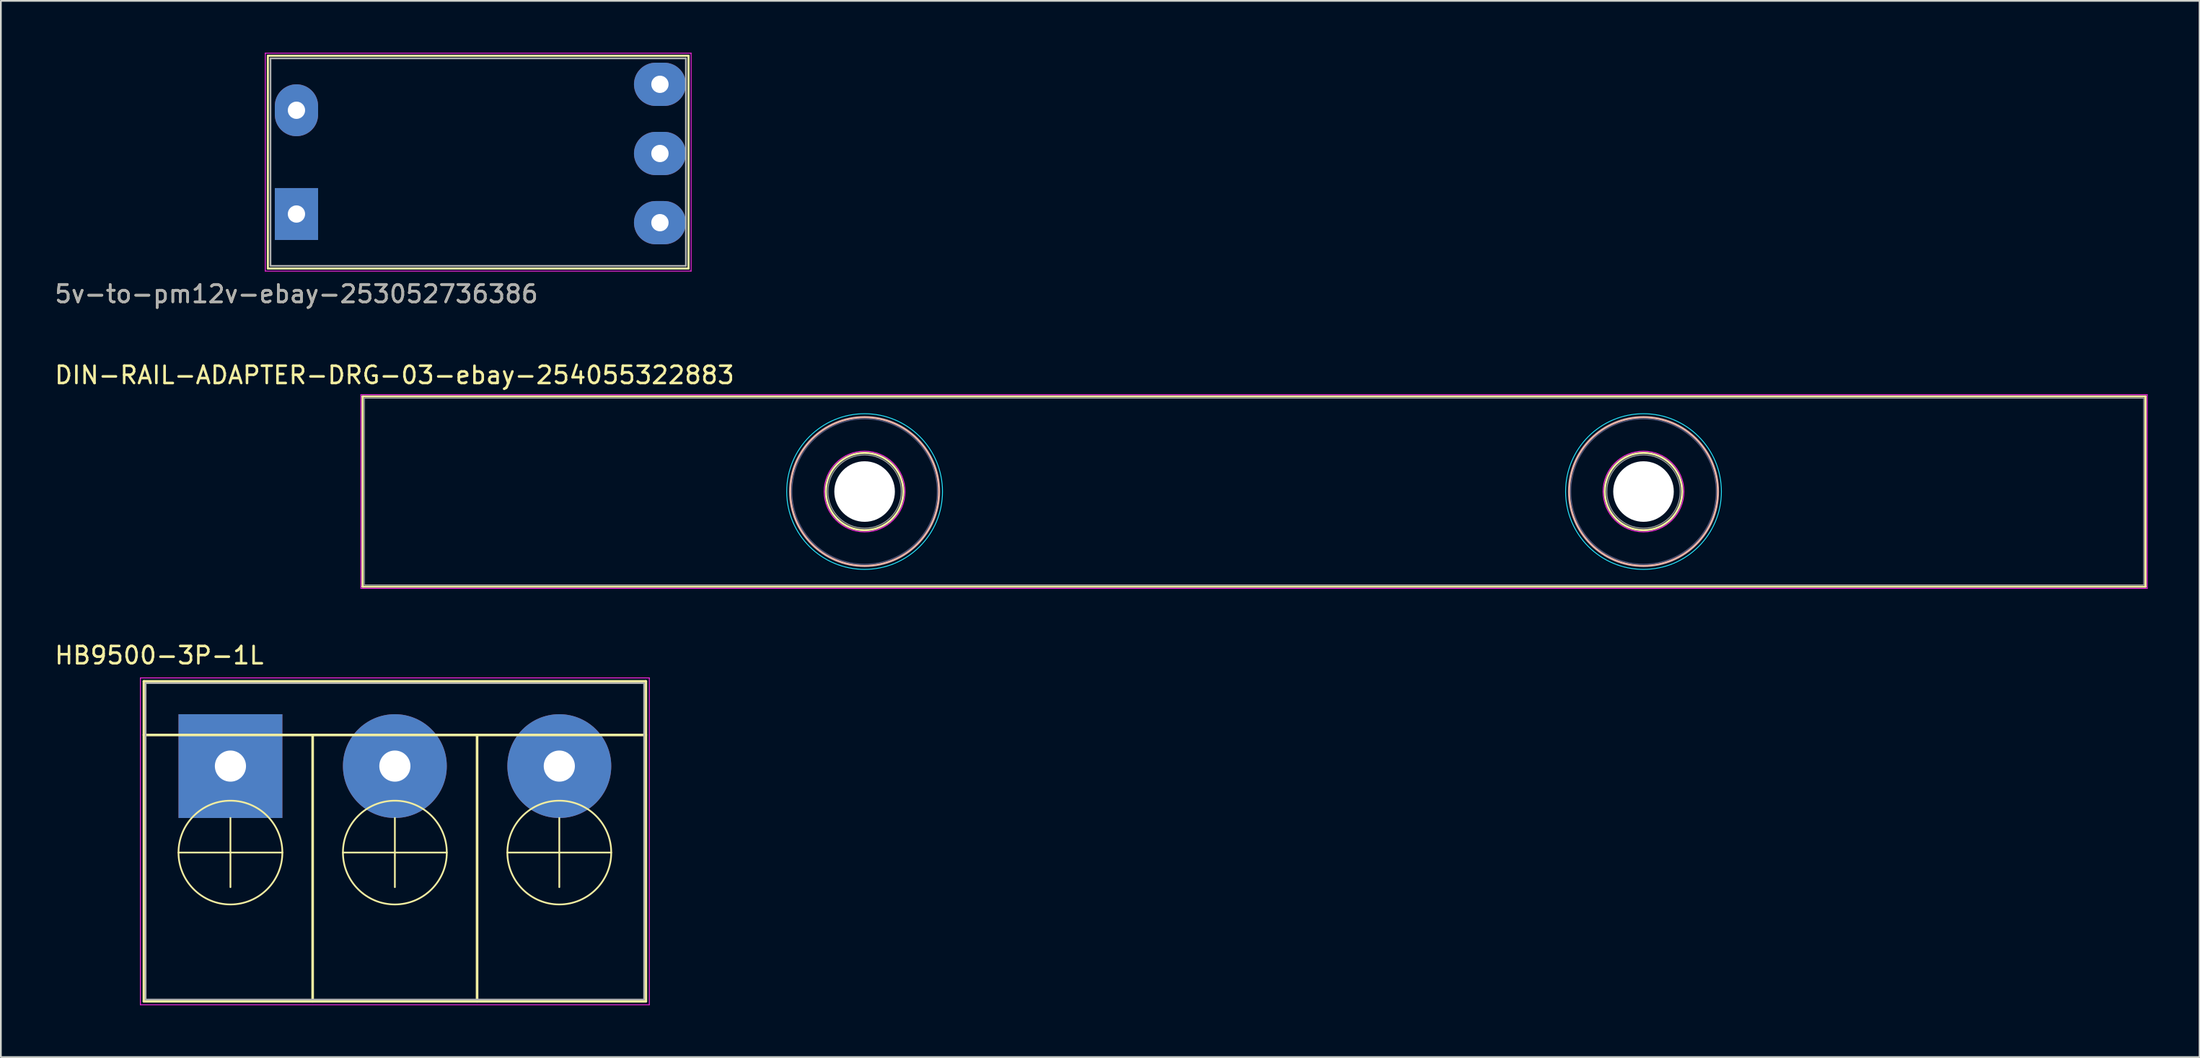
<source format=kicad_pcb>
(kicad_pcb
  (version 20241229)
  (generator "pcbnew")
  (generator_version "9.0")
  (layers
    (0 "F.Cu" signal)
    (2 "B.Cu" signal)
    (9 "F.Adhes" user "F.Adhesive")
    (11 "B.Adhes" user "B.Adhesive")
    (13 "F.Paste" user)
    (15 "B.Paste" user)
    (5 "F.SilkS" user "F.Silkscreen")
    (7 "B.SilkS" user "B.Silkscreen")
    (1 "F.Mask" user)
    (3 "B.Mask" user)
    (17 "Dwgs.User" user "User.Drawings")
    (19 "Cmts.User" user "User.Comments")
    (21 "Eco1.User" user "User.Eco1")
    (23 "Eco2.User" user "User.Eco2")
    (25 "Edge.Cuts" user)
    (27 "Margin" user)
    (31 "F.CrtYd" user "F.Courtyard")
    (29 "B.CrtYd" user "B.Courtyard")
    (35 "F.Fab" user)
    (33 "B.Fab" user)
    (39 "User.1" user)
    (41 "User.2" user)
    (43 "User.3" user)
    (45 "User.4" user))
  (footprint "DIN-RAIL-ADAPTER-DRG-03-ebay-254055322883"
    (layer "F.Cu")
    (at 69.401 25.372)
    (property "Reference" "DIN-RAIL-ADAPTER-DRG-03-ebay-254055322883" (at -49.657 -6.731 0) (layer "F.SilkS") (effects (font (size 1 1) (thickness 0.15))))
    (attr through_hole)
    (fp_line (start -51.5 -5.5) (end 51.5 -5.5) (stroke (width 0.12) (type solid)) (layer "F.SilkS"))
    (fp_line (start -51.5 5.5) (end -51.5 -5.5) (stroke (width 0.12) (type solid)) (layer "F.SilkS"))
    (fp_line (start 51.5 -5.5) (end 51.5 5.5) (stroke (width 0.12) (type solid)) (layer "F.SilkS"))
    (fp_line (start 51.5 5.5) (end -51.5 5.5) (stroke (width 0.12) (type solid)) (layer "F.SilkS"))
    (fp_circle (center -22.5 0) (end -20.264 0) (stroke (width 0.12) (type solid)) (fill no) (layer "F.SilkS"))
    (fp_circle (center 22.5 0) (end 24.736 0) (stroke (width 0.12) (type solid)) (fill no) (layer "F.SilkS"))
    (fp_circle (center -22.5 0) (end -18.2 0) (stroke (width 0.12) (type solid)) (fill no) (layer "B.SilkS"))
    (fp_circle (center 22.5 0) (end 26.8 0) (stroke (width 0.12) (type solid)) (fill no) (layer "B.SilkS"))
    (fp_circle (center -22.5 0) (end -18 0) (stroke (width 0.05) (type solid)) (fill no) (layer "B.CrtYd"))
    (fp_circle (center 22.5 0) (end 27 0) (stroke (width 0.05) (type solid)) (fill no) (layer "B.CrtYd"))
    (fp_line (start -51.6 -5.6) (end 51.6 -5.6) (stroke (width 0.05) (type solid)) (layer "F.CrtYd"))
    (fp_line (start -51.6 5.6) (end -51.6 -5.6) (stroke (width 0.05) (type solid)) (layer "F.CrtYd"))
    (fp_line (start 51.6 -5.6) (end 51.6 5.6) (stroke (width 0.05) (type solid)) (layer "F.CrtYd"))
    (fp_line (start 51.6 5.6) (end -51.6 5.6) (stroke (width 0.05) (type solid)) (layer "F.CrtYd"))
    (fp_circle (center -22.5 0) (end -24.8 -0.4) (stroke (width 0.05) (type solid)) (fill no) (layer "F.CrtYd"))
    (fp_circle (center 22.5 0) (end 20.2 -0.4) (stroke (width 0.05) (type solid)) (fill no) (layer "F.CrtYd"))
    (fp_circle (center -22.5 0) (end -18.3 0) (stroke (width 0.05) (type solid)) (fill no) (layer "B.Fab"))
    (fp_circle (center 22.5 0) (end 26.7 0) (stroke (width 0.05) (type solid)) (fill no) (layer "B.Fab"))
    (fp_line (start -51.4 -5.4) (end 51.4 -5.4) (stroke (width 0.05) (type solid)) (layer "F.Fab"))
    (fp_line (start -51.4 5.4) (end -51.4 -5.4) (stroke (width 0.05) (type solid)) (layer "F.Fab"))
    (fp_line (start 51.4 -5.4) (end 51.4 5.4) (stroke (width 0.05) (type solid)) (layer "F.Fab"))
    (fp_line (start 51.4 5.4) (end -51.4 5.4) (stroke (width 0.05) (type solid)) (layer "F.Fab"))
    (fp_circle (center -22.5 0) (end -24.5 -0.7) (stroke (width 0.05) (type solid)) (fill no) (layer "F.Fab"))
    (fp_circle (center 22.5 0) (end 20.5 -0.7) (stroke (width 0.05) (type solid)) (fill no) (layer "F.Fab"))
    (pad "" np_thru_hole circle (at -22.5 0) (size 3.5 3.5) (drill 3.5) (layers "*.Cu" "*.Mask"))
    (pad "" np_thru_hole circle (at 22.5 0) (size 3.5 3.5) (drill 3.5) (layers "*.Cu" "*.Mask")))
  (footprint "5v-to-pm12v-ebay-253052736386"
    (layer "F.Cu")
    (at 14.077 6.325)
    (property "Reference" "5v-to-pm12v-ebay-253052736386" (at 0 7.62 0) (layer "F.SilkS") (effects (font (size 1 1) (thickness 0.15))))
    (attr through_hole)
    (fp_line (start -1.65 -6.15) (end -1.65 6.15) (stroke (width 0.12) (type solid)) (layer "F.SilkS"))
    (fp_line (start -1.65 6.15) (end 22.65 6.15) (stroke (width 0.12) (type solid)) (layer "F.SilkS"))
    (fp_line (start 22.65 -6.15) (end -1.65 -6.15) (stroke (width 0.12) (type solid)) (layer "F.SilkS"))
    (fp_line (start 22.65 6.15) (end 22.65 -6.15) (stroke (width 0.12) (type solid)) (layer "F.SilkS"))
    (fp_line (start -1.8 -6.3) (end -1.8 6.3) (stroke (width 0.05) (type solid)) (layer "F.CrtYd"))
    (fp_line (start -1.8 -6.3) (end 22.8 -6.3) (stroke (width 0.05) (type solid)) (layer "F.CrtYd"))
    (fp_line (start 22.8 6.3) (end -1.8 6.3) (stroke (width 0.05) (type solid)) (layer "F.CrtYd"))
    (fp_line (start 22.8 6.3) (end 22.8 -6.3) (stroke (width 0.05) (type solid)) (layer "F.CrtYd"))
    (fp_line (start -1.5 -6) (end 22.5 -6) (stroke (width 0.1) (type solid)) (layer "F.Fab"))
    (fp_line (start -1.5 6) (end -1.5 -6) (stroke (width 0.1) (type solid)) (layer "F.Fab"))
    (fp_line (start 22.5 6) (end -1.5 6) (stroke (width 0.1) (type solid)) (layer "F.Fab"))
    (fp_line (start 22.5 6) (end 22.5 -6) (stroke (width 0.1) (type solid)) (layer "F.Fab"))
    (fp_text user "${REFERENCE}" (at 0 7.62 0) (layer "F.Fab") (effects (font (size 1 1) (thickness 0.15))))
    (pad "1" thru_hole rect (at 0 3 90) (size 3 2.5) (drill 1) (layers "*.Cu" "*.Mask"))
    (pad "2" thru_hole oval (at 0 -3 90) (size 3 2.5) (drill 1) (layers "*.Cu" "*.Mask"))
    (pad "3" thru_hole oval (at 21 -4.5 90) (size 2.5 3) (drill 1) (layers "*.Cu" "*.Mask"))
    (pad "4" thru_hole oval (at 21 -0.5 90) (size 2.5 3) (drill 1) (layers "*.Cu" "*.Mask"))
    (pad "5" thru_hole oval (at 21 3.5 90) (size 2.5 3) (drill 1) (layers "*.Cu" "*.Mask")))
  (footprint "HB9500-3P-1L"
    (layer "F.Cu")
    (at 10.263 41.247)
    (property "Reference" "HB9500-3P-1L" (at -4.114 -6.401 0) (layer "F.SilkS") (effects (font (size 1 1) (thickness 0.15))))
    (attr through_hole)
    (fp_line (start -5 -4.9) (end 24 -4.9) (stroke (width 0.15) (type solid)) (layer "F.SilkS"))
    (fp_line (start -5 -1.8) (end 24 -1.8) (stroke (width 0.15) (type solid)) (layer "F.SilkS"))
    (fp_line (start -5 13.6) (end -5 -4.9) (stroke (width 0.15) (type solid)) (layer "F.SilkS"))
    (fp_line (start -5 13.6) (end 24 13.6) (stroke (width 0.15) (type solid)) (layer "F.SilkS"))
    (fp_line (start -3 5) (end 3 5) (stroke (width 0.1) (type solid)) (layer "F.SilkS"))
    (fp_line (start 0 7) (end 0 3) (stroke (width 0.1) (type solid)) (layer "F.SilkS"))
    (fp_line (start 4.75 -1.8) (end 4.75 13.6) (stroke (width 0.15) (type solid)) (layer "F.SilkS"))
    (fp_line (start 6.5 5) (end 12.5 5) (stroke (width 0.1) (type solid)) (layer "F.SilkS"))
    (fp_line (start 9.5 7) (end 9.5 3) (stroke (width 0.1) (type solid)) (layer "F.SilkS"))
    (fp_line (start 14.25 -1.8) (end 14.25 13.6) (stroke (width 0.15) (type solid)) (layer "F.SilkS"))
    (fp_line (start 16 5) (end 22 5) (stroke (width 0.1) (type solid)) (layer "F.SilkS"))
    (fp_line (start 19 7) (end 19 3) (stroke (width 0.1) (type solid)) (layer "F.SilkS"))
    (fp_line (start 24 13.6) (end 24 -4.9) (stroke (width 0.15) (type solid)) (layer "F.SilkS"))
    (fp_circle (center 0 5) (end 3 5) (stroke (width 0.1) (type solid)) (fill no) (layer "F.SilkS"))
    (fp_circle (center 9.5 5) (end 12.5 5) (stroke (width 0.1) (type solid)) (fill no) (layer "F.SilkS"))
    (fp_circle (center 19 5) (end 22 5) (stroke (width 0.1) (type solid)) (fill no) (layer "F.SilkS"))
    (fp_line (start -5.2 -5.1) (end -5.2 13.8) (stroke (width 0.05) (type solid)) (layer "F.CrtYd"))
    (fp_line (start -5.2 -5.1) (end 24.2 -5.1) (stroke (width 0.05) (type solid)) (layer "F.CrtYd"))
    (fp_line (start -5.2 13.8) (end 24.2 13.8) (stroke (width 0.05) (type solid)) (layer "F.CrtYd"))
    (fp_line (start 24.2 -5.1) (end 24.2 13.8) (stroke (width 0.05) (type solid)) (layer "F.CrtYd"))
    (fp_line (start -4.9 -4.8) (end -4.9 13.5) (stroke (width 0.1) (type solid)) (layer "F.Fab"))
    (fp_line (start -4.9 -4.8) (end 23.9 -4.8) (stroke (width 0.1) (type solid)) (layer "F.Fab"))
    (fp_line (start -4.9 13.5) (end 23.9 13.5) (stroke (width 0.1) (type solid)) (layer "F.Fab"))
    (fp_line (start 23.9 -4.8) (end 23.9 13.5) (stroke (width 0.1) (type solid)) (layer "F.Fab"))
    (pad "1" thru_hole rect (at 0 0) (size 6 6) (drill 1.8) (layers "*.Cu" "*.Mask"))
    (pad "2" thru_hole circle (at 9.5 0) (size 6 6) (drill 1.8) (layers "*.Cu" "*.Mask"))
    (pad "3" thru_hole circle (at 19 0) (size 6 6) (drill 1.8) (layers "*.Cu" "*.Mask")))
  (gr_rect
    (start -3 -3)
    (end 124.026 58.072)
    (stroke (width 0.1) (type default))
    (fill no)
    (layer "Edge.Cuts")))
</source>
